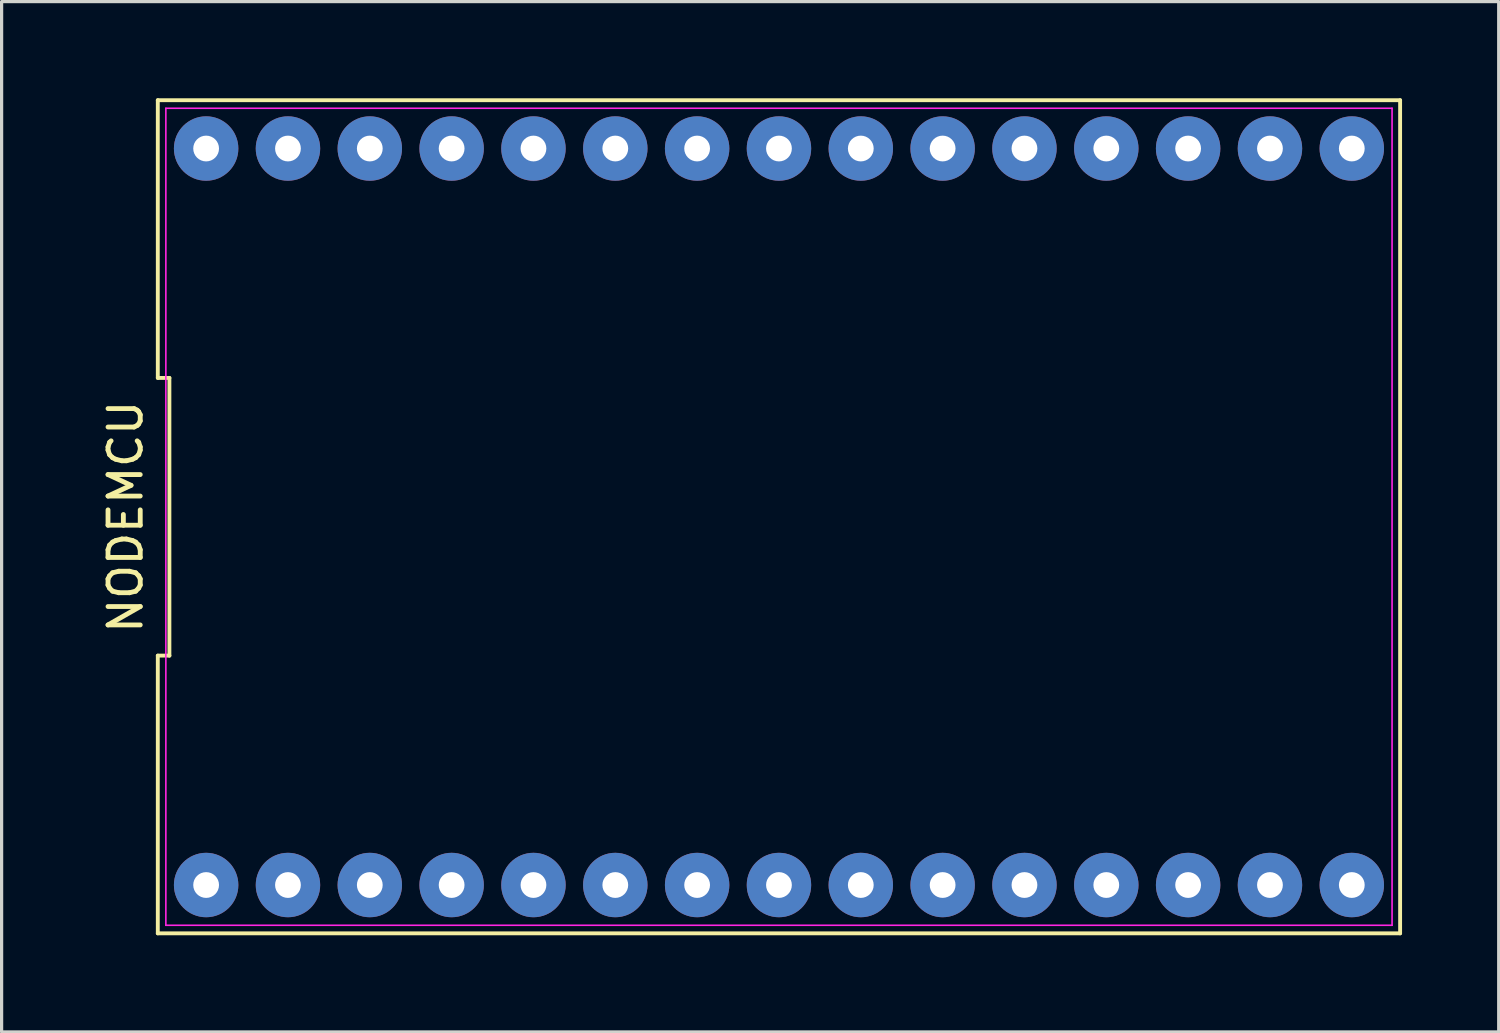
<source format=kicad_pcb>
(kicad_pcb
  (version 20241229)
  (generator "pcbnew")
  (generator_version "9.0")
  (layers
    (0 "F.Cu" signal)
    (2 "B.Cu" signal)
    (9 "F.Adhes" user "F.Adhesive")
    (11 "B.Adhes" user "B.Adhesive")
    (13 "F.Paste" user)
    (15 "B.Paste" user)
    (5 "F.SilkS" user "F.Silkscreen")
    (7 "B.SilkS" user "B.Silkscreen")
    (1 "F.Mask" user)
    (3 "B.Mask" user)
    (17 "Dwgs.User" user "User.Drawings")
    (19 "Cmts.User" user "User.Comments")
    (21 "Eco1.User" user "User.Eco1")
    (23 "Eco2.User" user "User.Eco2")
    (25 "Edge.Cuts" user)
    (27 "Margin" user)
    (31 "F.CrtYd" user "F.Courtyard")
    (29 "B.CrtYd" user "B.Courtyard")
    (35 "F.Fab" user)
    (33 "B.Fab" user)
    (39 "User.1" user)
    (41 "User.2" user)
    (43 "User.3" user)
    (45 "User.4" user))
  (footprint "NODEMCU"
    (layer "F.Cu")
    (at 21.128 12.99)
    (property "Reference" "NODEMCU" (at -20.28 0 90) (layer "F.SilkS") (effects (font (size 1 1) (thickness 0.15))))
    (attr through_hole)
    (fp_line (start -19.28 -12.93) (end -19.28 -4.31) (stroke (width 0.12) (type solid)) (layer "F.SilkS"))
    (fp_line (start -19.28 -4.31) (end -18.92 -4.31) (stroke (width 0.12) (type solid)) (layer "F.SilkS"))
    (fp_line (start -19.28 4.31) (end -19.28 12.93) (stroke (width 0.12) (type solid)) (layer "F.SilkS"))
    (fp_line (start -19.28 12.93) (end 19.28 12.93) (stroke (width 0.12) (type solid)) (layer "F.SilkS"))
    (fp_line (start -18.92 -4.31) (end -18.92 4.31) (stroke (width 0.12) (type solid)) (layer "F.SilkS"))
    (fp_line (start -18.92 4.31) (end -19.28 4.31) (stroke (width 0.12) (type solid)) (layer "F.SilkS"))
    (fp_line (start 19.28 -12.93) (end -19.28 -12.93) (stroke (width 0.12) (type solid)) (layer "F.SilkS"))
    (fp_line (start 19.28 12.93) (end 19.28 -12.93) (stroke (width 0.12) (type solid)) (layer "F.SilkS"))
    (fp_line (start -19.03 -12.68) (end 19.03 -12.68) (stroke (width 0.05) (type solid)) (layer "F.CrtYd"))
    (fp_line (start -19.03 12.68) (end -19.03 -12.68) (stroke (width 0.05) (type solid)) (layer "F.CrtYd"))
    (fp_line (start 19.03 -12.68) (end 19.03 12.68) (stroke (width 0.05) (type solid)) (layer "F.CrtYd"))
    (fp_line (start 19.03 12.68) (end -19.03 12.68) (stroke (width 0.05) (type solid)) (layer "F.CrtYd"))
    (pad "1" thru_hole circle (at -17.78 11.43) (size 2 2) (drill 0.8) (layers "*.Cu" "*.Mask"))
    (pad "2" thru_hole circle (at -15.24 11.43) (size 2 2) (drill 0.8) (layers "*.Cu" "*.Mask"))
    (pad "3" thru_hole circle (at -12.7 11.43) (size 2 2) (drill 0.8) (layers "*.Cu" "*.Mask"))
    (pad "4" thru_hole circle (at -10.16 11.43) (size 2 2) (drill 0.8) (layers "*.Cu" "*.Mask"))
    (pad "5" thru_hole circle (at -7.62 11.43) (size 2 2) (drill 0.8) (layers "*.Cu" "*.Mask"))
    (pad "6" thru_hole circle (at -5.08 11.43) (size 2 2) (drill 0.8) (layers "*.Cu" "*.Mask"))
    (pad "7" thru_hole circle (at -2.54 11.43) (size 2 2) (drill 0.8) (layers "*.Cu" "*.Mask"))
    (pad "8" thru_hole circle (at 0 11.43) (size 2 2) (drill 0.8) (layers "*.Cu" "*.Mask"))
    (pad "9" thru_hole circle (at 2.54 11.43) (size 2 2) (drill 0.8) (layers "*.Cu" "*.Mask"))
    (pad "10" thru_hole circle (at 5.08 11.43) (size 2 2) (drill 0.8) (layers "*.Cu" "*.Mask"))
    (pad "11" thru_hole circle (at 7.62 11.43) (size 2 2) (drill 0.8) (layers "*.Cu" "*.Mask"))
    (pad "12" thru_hole circle (at 10.16 11.43) (size 2 2) (drill 0.8) (layers "*.Cu" "*.Mask"))
    (pad "13" thru_hole circle (at 12.7 11.43) (size 2 2) (drill 0.8) (layers "*.Cu" "*.Mask"))
    (pad "14" thru_hole circle (at 15.24 11.43) (size 2 2) (drill 0.8) (layers "*.Cu" "*.Mask"))
    (pad "15" thru_hole circle (at 17.78 11.43) (size 2 2) (drill 0.8) (layers "*.Cu" "*.Mask"))
    (pad "16" thru_hole circle (at 17.78 -11.43) (size 2 2) (drill 0.8) (layers "*.Cu" "*.Mask"))
    (pad "17" thru_hole circle (at 15.24 -11.43) (size 2 2) (drill 0.8) (layers "*.Cu" "*.Mask"))
    (pad "18" thru_hole circle (at 12.7 -11.43) (size 2 2) (drill 0.8) (layers "*.Cu" "*.Mask"))
    (pad "19" thru_hole circle (at 10.16 -11.43) (size 2 2) (drill 0.8) (layers "*.Cu" "*.Mask"))
    (pad "20" thru_hole circle (at 7.62 -11.43) (size 2 2) (drill 0.8) (layers "*.Cu" "*.Mask"))
    (pad "21" thru_hole circle (at 5.08 -11.43) (size 2 2) (drill 0.8) (layers "*.Cu" "*.Mask"))
    (pad "22" thru_hole circle (at 2.54 -11.43) (size 2 2) (drill 0.8) (layers "*.Cu" "*.Mask"))
    (pad "23" thru_hole circle (at 0 -11.43) (size 2 2) (drill 0.8) (layers "*.Cu" "*.Mask"))
    (pad "24" thru_hole circle (at -2.54 -11.43) (size 2 2) (drill 0.8) (layers "*.Cu" "*.Mask"))
    (pad "25" thru_hole circle (at -5.08 -11.43) (size 2 2) (drill 0.8) (layers "*.Cu" "*.Mask"))
    (pad "26" thru_hole circle (at -7.62 -11.43) (size 2 2) (drill 0.8) (layers "*.Cu" "*.Mask"))
    (pad "27" thru_hole circle (at -10.16 -11.43) (size 2 2) (drill 0.8) (layers "*.Cu" "*.Mask"))
    (pad "28" thru_hole circle (at -12.7 -11.43) (size 2 2) (drill 0.8) (layers "*.Cu" "*.Mask"))
    (pad "29" thru_hole circle (at -15.24 -11.43) (size 2 2) (drill 0.8) (layers "*.Cu" "*.Mask"))
    (pad "30" thru_hole circle (at -17.78 -11.43) (size 2 2) (drill 0.8) (layers "*.Cu" "*.Mask")))
  (gr_rect
    (start -3 -3)
    (end 43.468 28.98)
    (stroke (width 0.1) (type default))
    (fill no)
    (layer "Edge.Cuts")))
</source>
